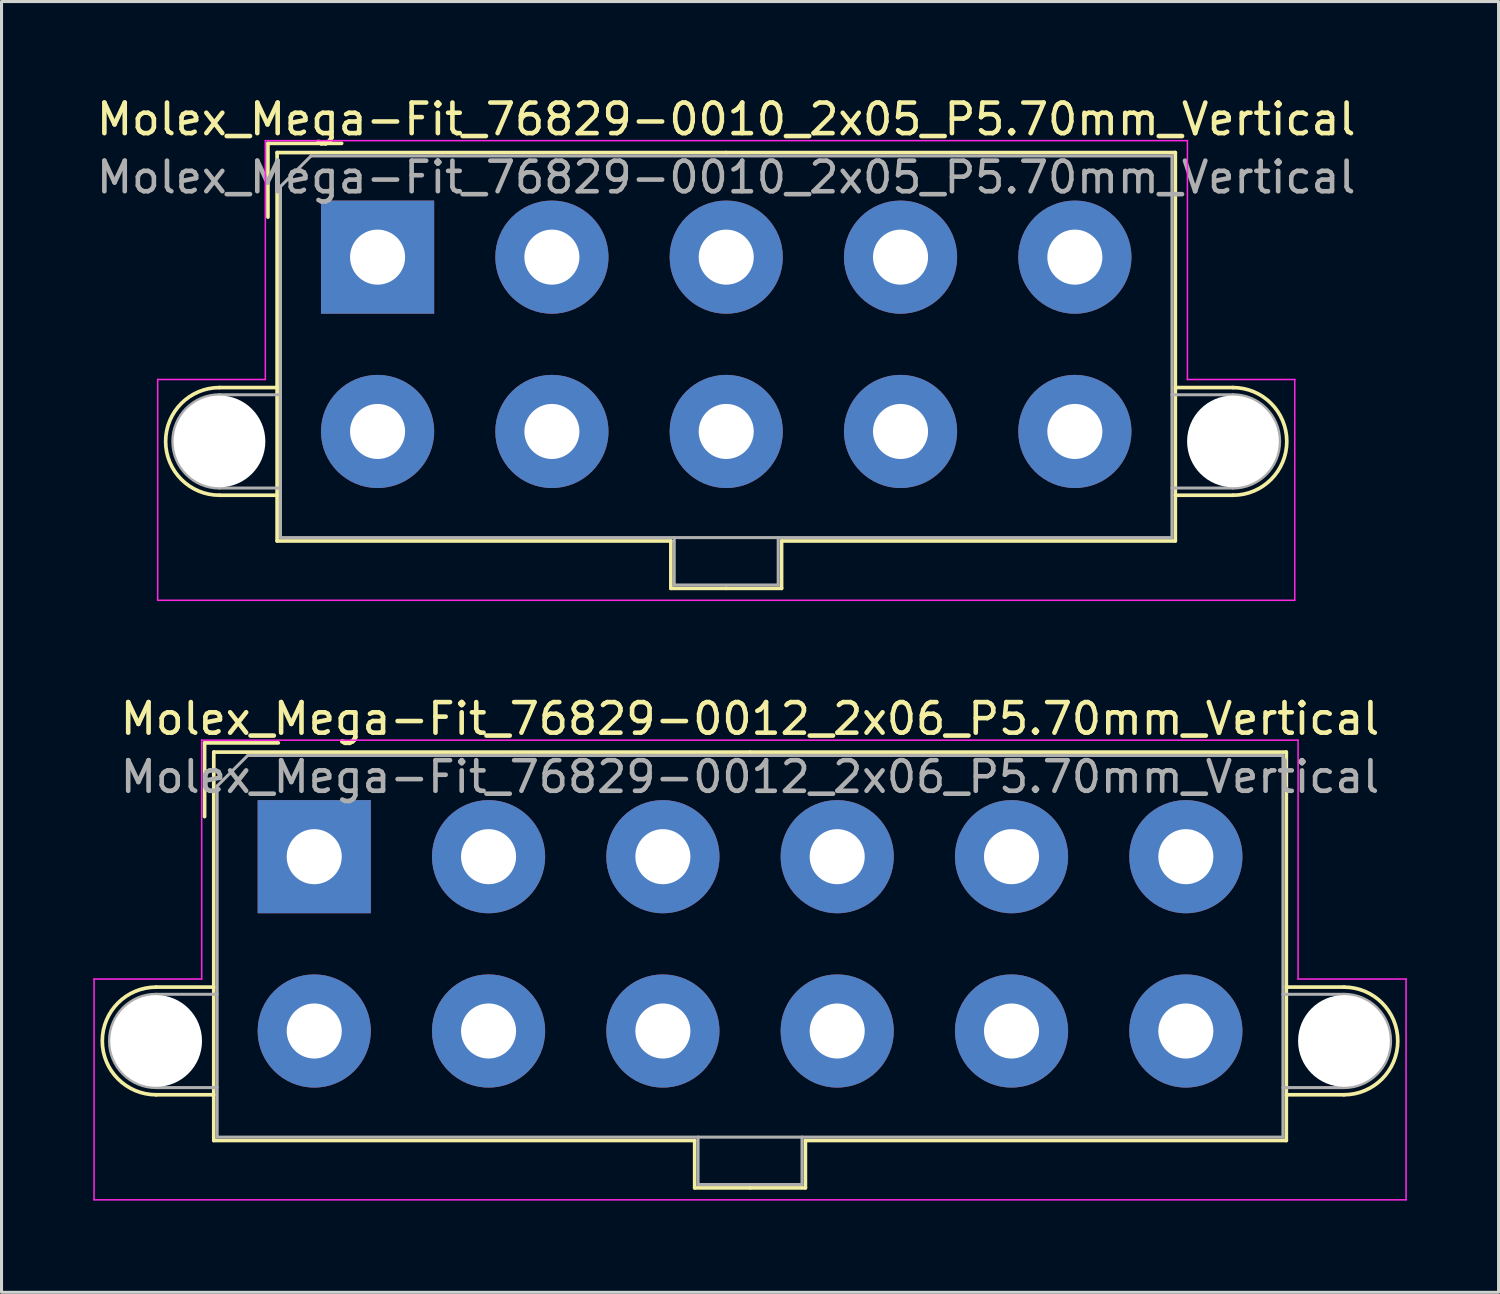
<source format=kicad_pcb>
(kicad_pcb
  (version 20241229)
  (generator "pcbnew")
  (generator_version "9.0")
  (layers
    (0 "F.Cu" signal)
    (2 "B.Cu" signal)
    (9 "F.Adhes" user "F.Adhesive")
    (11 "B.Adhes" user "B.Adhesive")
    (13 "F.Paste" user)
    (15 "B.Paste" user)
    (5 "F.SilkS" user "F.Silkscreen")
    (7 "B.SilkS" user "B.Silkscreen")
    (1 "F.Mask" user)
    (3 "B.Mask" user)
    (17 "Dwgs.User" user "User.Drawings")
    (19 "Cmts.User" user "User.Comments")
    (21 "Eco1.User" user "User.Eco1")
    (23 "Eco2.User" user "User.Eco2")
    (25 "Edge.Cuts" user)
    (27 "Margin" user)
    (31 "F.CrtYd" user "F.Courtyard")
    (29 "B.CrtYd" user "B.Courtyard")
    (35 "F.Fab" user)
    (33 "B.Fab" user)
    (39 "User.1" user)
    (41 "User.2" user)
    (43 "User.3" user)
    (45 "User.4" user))
  (footprint "Molex_Mega-Fit_76829-0010_2x05_P5.70mm_Vertical"
    (layer "F.Cu")
    (at 9.296 5.358)
    (property "Reference" "Molex_Mega-Fit_76829-0010_2x05_P5.70mm_Vertical" (at 11.4 -4.51 0) (layer "F.SilkS") (effects (font (size 1 1) (thickness 0.15))))
    (attr through_hole)
    (fp_line (start -5.17 4.265) (end -3.285 4.265) (stroke (width 0.12) (type solid)) (layer "F.SilkS"))
    (fp_line (start -5.17 7.785) (end -3.285 7.785) (stroke (width 0.12) (type solid)) (layer "F.SilkS"))
    (fp_line (start -3.585 -3.72) (end -1.175 -3.72) (stroke (width 0.12) (type solid)) (layer "F.SilkS"))
    (fp_line (start -3.585 -1.31) (end -3.585 -3.72) (stroke (width 0.12) (type solid)) (layer "F.SilkS"))
    (fp_line (start -3.285 -3.42) (end -3.285 9.28) (stroke (width 0.12) (type solid)) (layer "F.SilkS"))
    (fp_line (start -3.285 9.28) (end 9.59 9.28) (stroke (width 0.12) (type solid)) (layer "F.SilkS"))
    (fp_line (start 9.59 9.28) (end 9.59 10.83) (stroke (width 0.12) (type solid)) (layer "F.SilkS"))
    (fp_line (start 9.59 10.83) (end 11.4 10.83) (stroke (width 0.12) (type solid)) (layer "F.SilkS"))
    (fp_line (start 11.4 -3.42) (end -3.285 -3.42) (stroke (width 0.12) (type solid)) (layer "F.SilkS"))
    (fp_line (start 11.4 -3.42) (end 26.085 -3.42) (stroke (width 0.12) (type solid)) (layer "F.SilkS"))
    (fp_line (start 13.21 9.28) (end 13.21 10.83) (stroke (width 0.12) (type solid)) (layer "F.SilkS"))
    (fp_line (start 13.21 10.83) (end 11.4 10.83) (stroke (width 0.12) (type solid)) (layer "F.SilkS"))
    (fp_line (start 26.085 -3.42) (end 26.085 9.28) (stroke (width 0.12) (type solid)) (layer "F.SilkS"))
    (fp_line (start 26.085 9.28) (end 13.21 9.28) (stroke (width 0.12) (type solid)) (layer "F.SilkS"))
    (fp_line (start 27.97 4.265) (end 26.085 4.265) (stroke (width 0.12) (type solid)) (layer "F.SilkS"))
    (fp_line (start 27.97 7.785) (end 26.085 7.785) (stroke (width 0.12) (type solid)) (layer "F.SilkS"))
    (fp_arc (start -5.17 7.785) (mid -6.93 6.025) (end -5.17 4.265) (stroke (width 0.12) (type solid)) (layer "F.SilkS"))
    (fp_arc (start 27.97 4.265) (mid 29.73 6.025) (end 27.97 7.785) (stroke (width 0.12) (type solid)) (layer "F.SilkS"))
    (fp_line (start -7.19 4) (end -7.19 11.22) (stroke (width 0.05) (type solid)) (layer "F.CrtYd"))
    (fp_line (start -7.19 11.22) (end 29.99 11.22) (stroke (width 0.05) (type solid)) (layer "F.CrtYd"))
    (fp_line (start -3.67 -3.81) (end -3.67 4) (stroke (width 0.05) (type solid)) (layer "F.CrtYd"))
    (fp_line (start -3.67 4) (end -7.19 4) (stroke (width 0.05) (type solid)) (layer "F.CrtYd"))
    (fp_line (start 26.48 -3.81) (end -3.67 -3.81) (stroke (width 0.05) (type solid)) (layer "F.CrtYd"))
    (fp_line (start 26.48 4) (end 26.48 -3.81) (stroke (width 0.05) (type solid)) (layer "F.CrtYd"))
    (fp_line (start 29.99 4) (end 26.48 4) (stroke (width 0.05) (type solid)) (layer "F.CrtYd"))
    (fp_line (start 29.99 11.22) (end 29.99 4) (stroke (width 0.05) (type solid)) (layer "F.CrtYd"))
    (fp_line (start -5.17 4.5) (end -3.175 4.5) (stroke (width 0.1) (type solid)) (layer "F.Fab"))
    (fp_line (start -5.17 7.55) (end -3.175 7.55) (stroke (width 0.1) (type solid)) (layer "F.Fab"))
    (fp_line (start -3.175 -2.31) (end -3.175 9.17) (stroke (width 0.1) (type solid)) (layer "F.Fab"))
    (fp_line (start -3.175 9.17) (end 25.975 9.17) (stroke (width 0.1) (type solid)) (layer "F.Fab"))
    (fp_line (start -2.175 -3.31) (end -3.175 -2.31) (stroke (width 0.1) (type solid)) (layer "F.Fab"))
    (fp_line (start 9.7 9.17) (end 9.7 10.72) (stroke (width 0.1) (type solid)) (layer "F.Fab"))
    (fp_line (start 9.7 10.72) (end 13.1 10.72) (stroke (width 0.1) (type solid)) (layer "F.Fab"))
    (fp_line (start 13.1 10.72) (end 13.1 9.17) (stroke (width 0.1) (type solid)) (layer "F.Fab"))
    (fp_line (start 25.975 -3.31) (end -2.175 -3.31) (stroke (width 0.1) (type solid)) (layer "F.Fab"))
    (fp_line (start 25.975 9.17) (end 25.975 -3.31) (stroke (width 0.1) (type solid)) (layer "F.Fab"))
    (fp_line (start 27.97 4.5) (end 25.975 4.5) (stroke (width 0.1) (type solid)) (layer "F.Fab"))
    (fp_line (start 27.97 7.55) (end 25.975 7.55) (stroke (width 0.1) (type solid)) (layer "F.Fab"))
    (fp_arc (start -5.17 7.55) (mid -6.695 6.025) (end -5.17 4.5) (stroke (width 0.1) (type solid)) (layer "F.Fab"))
    (fp_arc (start 27.97 4.5) (mid 29.495 6.025) (end 27.97 7.55) (stroke (width 0.1) (type solid)) (layer "F.Fab"))
    (fp_text user "${REFERENCE}" (at 11.4 -2.61 0) (layer "F.Fab") (effects (font (size 1 1) (thickness 0.15))))
    (pad "" np_thru_hole circle (at -5.17 6.025) (size 3 3) (drill 3) (layers "*.Cu" "*.Mask"))
    (pad "" np_thru_hole circle (at 27.97 6.025) (size 3 3) (drill 3) (layers "*.Cu" "*.Mask"))
    (pad "1" thru_hole rect (at 0 0) (size 3.7 3.7) (drill 1.8) (layers "*.Cu" "*.Mask"))
    (pad "2" thru_hole circle (at 5.7 0) (size 3.7 3.7) (drill 1.8) (layers "*.Cu" "*.Mask"))
    (pad "3" thru_hole circle (at 11.4 0) (size 3.7 3.7) (drill 1.8) (layers "*.Cu" "*.Mask"))
    (pad "4" thru_hole circle (at 17.1 0) (size 3.7 3.7) (drill 1.8) (layers "*.Cu" "*.Mask"))
    (pad "5" thru_hole circle (at 22.8 0) (size 3.7 3.7) (drill 1.8) (layers "*.Cu" "*.Mask"))
    (pad "6" thru_hole circle (at 0 5.7) (size 3.7 3.7) (drill 1.8) (layers "*.Cu" "*.Mask"))
    (pad "7" thru_hole circle (at 5.7 5.7) (size 3.7 3.7) (drill 1.8) (layers "*.Cu" "*.Mask"))
    (pad "8" thru_hole circle (at 11.4 5.7) (size 3.7 3.7) (drill 1.8) (layers "*.Cu" "*.Mask"))
    (pad "9" thru_hole circle (at 17.1 5.7) (size 3.7 3.7) (drill 1.8) (layers "*.Cu" "*.Mask"))
    (pad "10" thru_hole circle (at 22.8 5.7) (size 3.7 3.7) (drill 1.8) (layers "*.Cu" "*.Mask")))
  (footprint "Molex_Mega-Fit_76829-0012_2x06_P5.70mm_Vertical"
    (layer "F.Cu")
    (at 7.225 24.962)
    (property "Reference" "Molex_Mega-Fit_76829-0012_2x06_P5.70mm_Vertical" (at 14.25 -4.51 0) (layer "F.SilkS") (effects (font (size 1 1) (thickness 0.15))))
    (attr through_hole)
    (fp_line (start -5.17 4.265) (end -3.285 4.265) (stroke (width 0.12) (type solid)) (layer "F.SilkS"))
    (fp_line (start -5.17 7.785) (end -3.285 7.785) (stroke (width 0.12) (type solid)) (layer "F.SilkS"))
    (fp_line (start -3.585 -3.72) (end -1.175 -3.72) (stroke (width 0.12) (type solid)) (layer "F.SilkS"))
    (fp_line (start -3.585 -1.31) (end -3.585 -3.72) (stroke (width 0.12) (type solid)) (layer "F.SilkS"))
    (fp_line (start -3.285 -3.42) (end -3.285 9.28) (stroke (width 0.12) (type solid)) (layer "F.SilkS"))
    (fp_line (start -3.285 9.28) (end 12.44 9.28) (stroke (width 0.12) (type solid)) (layer "F.SilkS"))
    (fp_line (start 12.44 9.28) (end 12.44 10.83) (stroke (width 0.12) (type solid)) (layer "F.SilkS"))
    (fp_line (start 12.44 10.83) (end 14.25 10.83) (stroke (width 0.12) (type solid)) (layer "F.SilkS"))
    (fp_line (start 14.25 -3.42) (end -3.285 -3.42) (stroke (width 0.12) (type solid)) (layer "F.SilkS"))
    (fp_line (start 14.25 -3.42) (end 31.785 -3.42) (stroke (width 0.12) (type solid)) (layer "F.SilkS"))
    (fp_line (start 16.06 9.28) (end 16.06 10.83) (stroke (width 0.12) (type solid)) (layer "F.SilkS"))
    (fp_line (start 16.06 10.83) (end 14.25 10.83) (stroke (width 0.12) (type solid)) (layer "F.SilkS"))
    (fp_line (start 31.785 -3.42) (end 31.785 9.28) (stroke (width 0.12) (type solid)) (layer "F.SilkS"))
    (fp_line (start 31.785 9.28) (end 16.06 9.28) (stroke (width 0.12) (type solid)) (layer "F.SilkS"))
    (fp_line (start 33.67 4.265) (end 31.785 4.265) (stroke (width 0.12) (type solid)) (layer "F.SilkS"))
    (fp_line (start 33.67 7.785) (end 31.785 7.785) (stroke (width 0.12) (type solid)) (layer "F.SilkS"))
    (fp_arc (start -5.17 7.785) (mid -6.93 6.025) (end -5.17 4.265) (stroke (width 0.12) (type solid)) (layer "F.SilkS"))
    (fp_arc (start 33.67 4.265) (mid 35.43 6.025) (end 33.67 7.785) (stroke (width 0.12) (type solid)) (layer "F.SilkS"))
    (fp_line (start -7.2 4) (end -7.2 11.22) (stroke (width 0.05) (type solid)) (layer "F.CrtYd"))
    (fp_line (start -7.2 11.22) (end 35.7 11.22) (stroke (width 0.05) (type solid)) (layer "F.CrtYd"))
    (fp_line (start -3.68 -3.81) (end -3.68 4) (stroke (width 0.05) (type solid)) (layer "F.CrtYd"))
    (fp_line (start -3.68 4) (end -7.2 4) (stroke (width 0.05) (type solid)) (layer "F.CrtYd"))
    (fp_line (start 32.17 -3.81) (end -3.68 -3.81) (stroke (width 0.05) (type solid)) (layer "F.CrtYd"))
    (fp_line (start 32.17 4) (end 32.17 -3.81) (stroke (width 0.05) (type solid)) (layer "F.CrtYd"))
    (fp_line (start 35.7 4) (end 32.17 4) (stroke (width 0.05) (type solid)) (layer "F.CrtYd"))
    (fp_line (start 35.7 11.22) (end 35.7 4) (stroke (width 0.05) (type solid)) (layer "F.CrtYd"))
    (fp_line (start -5.17 4.5) (end -3.175 4.5) (stroke (width 0.1) (type solid)) (layer "F.Fab"))
    (fp_line (start -5.17 7.55) (end -3.175 7.55) (stroke (width 0.1) (type solid)) (layer "F.Fab"))
    (fp_line (start -3.175 -2.31) (end -3.175 9.17) (stroke (width 0.1) (type solid)) (layer "F.Fab"))
    (fp_line (start -3.175 9.17) (end 31.675 9.17) (stroke (width 0.1) (type solid)) (layer "F.Fab"))
    (fp_line (start -2.175 -3.31) (end -3.175 -2.31) (stroke (width 0.1) (type solid)) (layer "F.Fab"))
    (fp_line (start 12.55 9.17) (end 12.55 10.72) (stroke (width 0.1) (type solid)) (layer "F.Fab"))
    (fp_line (start 12.55 10.72) (end 15.95 10.72) (stroke (width 0.1) (type solid)) (layer "F.Fab"))
    (fp_line (start 15.95 10.72) (end 15.95 9.17) (stroke (width 0.1) (type solid)) (layer "F.Fab"))
    (fp_line (start 31.675 -3.31) (end -2.175 -3.31) (stroke (width 0.1) (type solid)) (layer "F.Fab"))
    (fp_line (start 31.675 9.17) (end 31.675 -3.31) (stroke (width 0.1) (type solid)) (layer "F.Fab"))
    (fp_line (start 33.67 4.5) (end 31.675 4.5) (stroke (width 0.1) (type solid)) (layer "F.Fab"))
    (fp_line (start 33.67 7.55) (end 31.675 7.55) (stroke (width 0.1) (type solid)) (layer "F.Fab"))
    (fp_arc (start -5.17 7.55) (mid -6.695 6.025) (end -5.17 4.5) (stroke (width 0.1) (type solid)) (layer "F.Fab"))
    (fp_arc (start 33.67 4.5) (mid 35.195 6.025) (end 33.67 7.55) (stroke (width 0.1) (type solid)) (layer "F.Fab"))
    (fp_text user "${REFERENCE}" (at 14.25 -2.61 0) (layer "F.Fab") (effects (font (size 1 1) (thickness 0.15))))
    (pad "" np_thru_hole circle (at -5.17 6.025) (size 3 3) (drill 3) (layers "*.Cu" "*.Mask"))
    (pad "" np_thru_hole circle (at 33.67 6.025) (size 3 3) (drill 3) (layers "*.Cu" "*.Mask"))
    (pad "1" thru_hole rect (at 0 0) (size 3.7 3.7) (drill 1.8) (layers "*.Cu" "*.Mask"))
    (pad "2" thru_hole circle (at 5.7 0) (size 3.7 3.7) (drill 1.8) (layers "*.Cu" "*.Mask"))
    (pad "3" thru_hole circle (at 11.4 0) (size 3.7 3.7) (drill 1.8) (layers "*.Cu" "*.Mask"))
    (pad "4" thru_hole circle (at 17.1 0) (size 3.7 3.7) (drill 1.8) (layers "*.Cu" "*.Mask"))
    (pad "5" thru_hole circle (at 22.8 0) (size 3.7 3.7) (drill 1.8) (layers "*.Cu" "*.Mask"))
    (pad "6" thru_hole circle (at 28.5 0) (size 3.7 3.7) (drill 1.8) (layers "*.Cu" "*.Mask"))
    (pad "7" thru_hole circle (at 0 5.7) (size 3.7 3.7) (drill 1.8) (layers "*.Cu" "*.Mask"))
    (pad "8" thru_hole circle (at 5.7 5.7) (size 3.7 3.7) (drill 1.8) (layers "*.Cu" "*.Mask"))
    (pad "9" thru_hole circle (at 11.4 5.7) (size 3.7 3.7) (drill 1.8) (layers "*.Cu" "*.Mask"))
    (pad "10" thru_hole circle (at 17.1 5.7) (size 3.7 3.7) (drill 1.8) (layers "*.Cu" "*.Mask"))
    (pad "11" thru_hole circle (at 22.8 5.7) (size 3.7 3.7) (drill 1.8) (layers "*.Cu" "*.Mask"))
    (pad "12" thru_hole circle (at 28.5 5.7) (size 3.7 3.7) (drill 1.8) (layers "*.Cu" "*.Mask")))
  (gr_rect
    (start -3 -3)
    (end 45.95 39.206)
    (stroke (width 0.1) (type default))
    (fill no)
    (layer "Edge.Cuts")))
</source>
